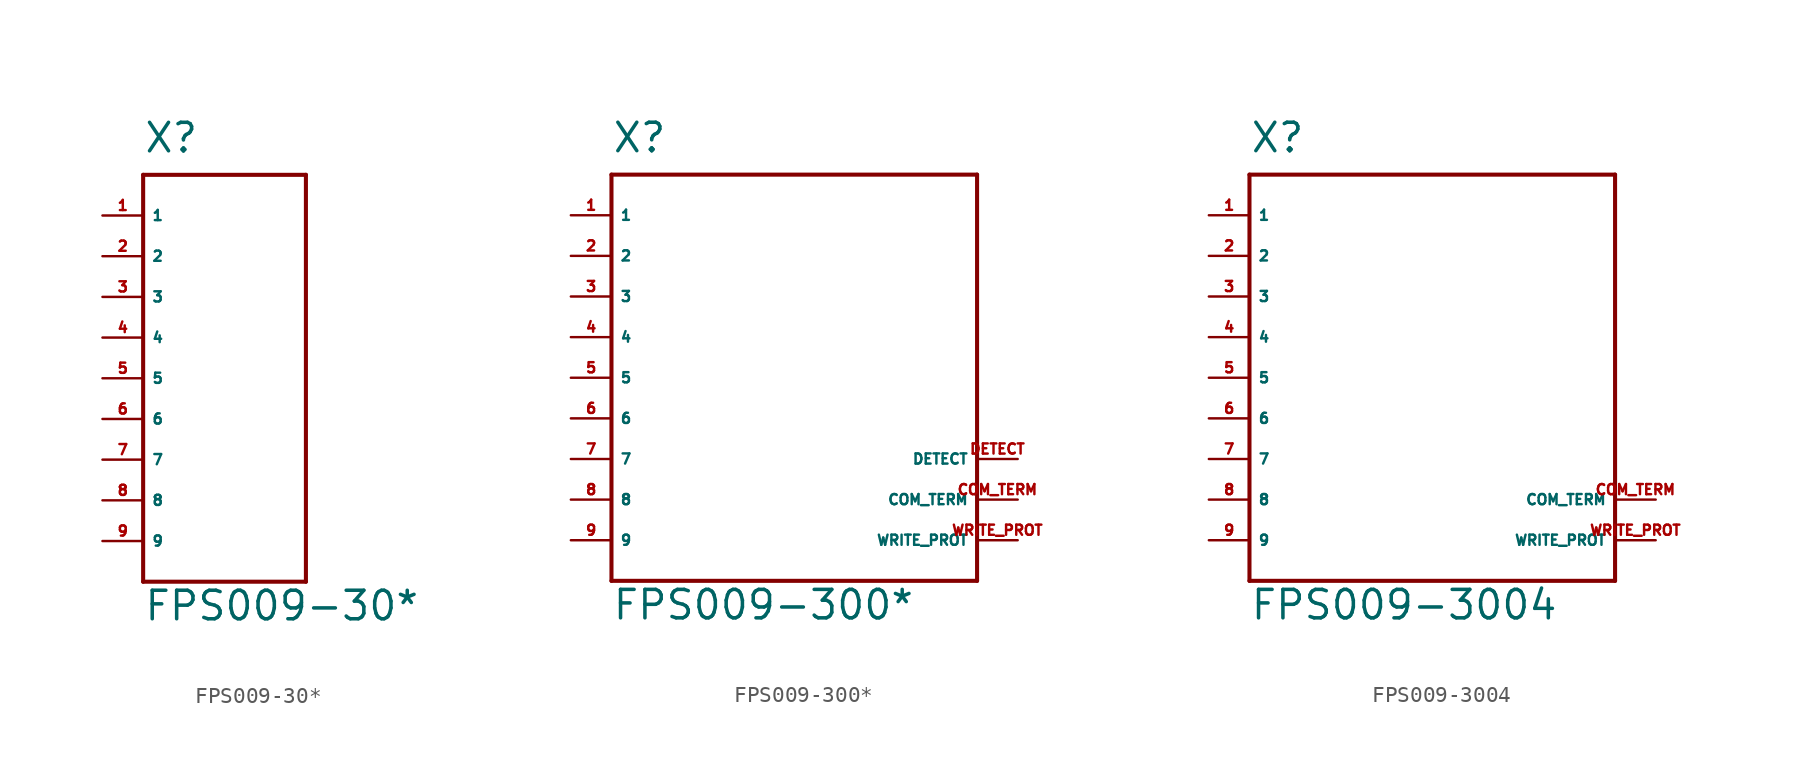
<source format=kicad_sym>
(kicad_symbol_lib
  (version 20220914)
  (generator Eagle2Kicad)
  (symbol "FPS009-30*"
    (property "Reference" "X"
      (at -5.08 13.97 0)
      (effects (font (size 1.778 1.778) (thickness 0.22)) (justify left bottom)))
    (property "Value" "FPS009-30*"
      (at -5.08 -15.24 0)
      (effects (font (size 1.778 1.778) (thickness 0.22)) (justify left bottom)))
    (polyline
      (pts (xy -5.08 12.7) (xy -5.08 -12.7))
      (stroke (width 0.254) (type default))
      (fill (type none)))
    (polyline
      (pts (xy -5.08 -12.7) (xy 5.08 -12.7))
      (stroke (width 0.254) (type default))
      (fill (type none)))
    (polyline
      (pts (xy 5.08 -12.7) (xy 5.08 12.7))
      (stroke (width 0.254) (type default))
      (fill (type none)))
    (polyline
      (pts (xy 5.08 12.7) (xy -5.08 12.7))
      (stroke (width 0.254) (type default))
      (fill (type none)))
    (pin input line
      (at -7.62 10.16 0)
      (length 2.54)
      (name "1" (effects (font (size 0.635 0.635) (thickness 0.08)) (justify left bottom)))
      (number "1" (effects (font (size 0.635 0.635) (thickness 0.08)) (justify left bottom))))
    (pin input line
      (at -7.62 7.62 0)
      (length 2.54)
      (name "2" (effects (font (size 0.635 0.635) (thickness 0.08)) (justify left bottom)))
      (number "2" (effects (font (size 0.635 0.635) (thickness 0.08)) (justify left bottom))))
    (pin input line
      (at -7.62 5.08 0)
      (length 2.54)
      (name "3" (effects (font (size 0.635 0.635) (thickness 0.08)) (justify left bottom)))
      (number "3" (effects (font (size 0.635 0.635) (thickness 0.08)) (justify left bottom))))
    (pin input line
      (at -7.62 2.54 0)
      (length 2.54)
      (name "4" (effects (font (size 0.635 0.635) (thickness 0.08)) (justify left bottom)))
      (number "4" (effects (font (size 0.635 0.635) (thickness 0.08)) (justify left bottom))))
    (pin input line
      (at -7.62 0 0)
      (length 2.54)
      (name "5" (effects (font (size 0.635 0.635) (thickness 0.08)) (justify left bottom)))
      (number "5" (effects (font (size 0.635 0.635) (thickness 0.08)) (justify left bottom))))
    (pin input line
      (at -7.62 -2.54 0)
      (length 2.54)
      (name "6" (effects (font (size 0.635 0.635) (thickness 0.08)) (justify left bottom)))
      (number "6" (effects (font (size 0.635 0.635) (thickness 0.08)) (justify left bottom))))
    (pin input line
      (at -7.62 -5.08 0)
      (length 2.54)
      (name "7" (effects (font (size 0.635 0.635) (thickness 0.08)) (justify left bottom)))
      (number "7" (effects (font (size 0.635 0.635) (thickness 0.08)) (justify left bottom))))
    (pin input line
      (at -7.62 -7.62 0)
      (length 2.54)
      (name "8" (effects (font (size 0.635 0.635) (thickness 0.08)) (justify left bottom)))
      (number "8" (effects (font (size 0.635 0.635) (thickness 0.08)) (justify left bottom))))
    (pin input line
      (at -7.62 -10.16 0)
      (length 2.54)
      (name "9" (effects (font (size 0.635 0.635) (thickness 0.08)) (justify left bottom)))
      (number "9" (effects (font (size 0.635 0.635) (thickness 0.08)) (justify left bottom)))))
  (symbol "FPS009-300*"
    (property "Reference" "X"
      (at -12.7 13.97 0)
      (effects (font (size 1.778 1.778) (thickness 0.22)) (justify left bottom)))
    (property "Value" "FPS009-300*"
      (at -12.7 -15.24 0)
      (effects (font (size 1.778 1.778) (thickness 0.22)) (justify left bottom)))
    (polyline
      (pts (xy -12.7 12.7) (xy -12.7 -12.7))
      (stroke (width 0.254) (type default))
      (fill (type none)))
    (polyline
      (pts (xy -12.7 -12.7) (xy 10.16 -12.7))
      (stroke (width 0.254) (type default))
      (fill (type none)))
    (polyline
      (pts (xy 10.16 -12.7) (xy 10.16 12.7))
      (stroke (width 0.254) (type default))
      (fill (type none)))
    (polyline
      (pts (xy 10.16 12.7) (xy -12.7 12.7))
      (stroke (width 0.254) (type default))
      (fill (type none)))
    (pin input line
      (at -15.24 10.16 0)
      (length 2.54)
      (name "1" (effects (font (size 0.635 0.635) (thickness 0.08)) (justify left bottom)))
      (number "1" (effects (font (size 0.635 0.635) (thickness 0.08)) (justify left bottom))))
    (pin input line
      (at -15.24 7.62 0)
      (length 2.54)
      (name "2" (effects (font (size 0.635 0.635) (thickness 0.08)) (justify left bottom)))
      (number "2" (effects (font (size 0.635 0.635) (thickness 0.08)) (justify left bottom))))
    (pin input line
      (at -15.24 5.08 0)
      (length 2.54)
      (name "3" (effects (font (size 0.635 0.635) (thickness 0.08)) (justify left bottom)))
      (number "3" (effects (font (size 0.635 0.635) (thickness 0.08)) (justify left bottom))))
    (pin input line
      (at -15.24 2.54 0)
      (length 2.54)
      (name "4" (effects (font (size 0.635 0.635) (thickness 0.08)) (justify left bottom)))
      (number "4" (effects (font (size 0.635 0.635) (thickness 0.08)) (justify left bottom))))
    (pin input line
      (at -15.24 0 0)
      (length 2.54)
      (name "5" (effects (font (size 0.635 0.635) (thickness 0.08)) (justify left bottom)))
      (number "5" (effects (font (size 0.635 0.635) (thickness 0.08)) (justify left bottom))))
    (pin input line
      (at -15.24 -2.54 0)
      (length 2.54)
      (name "6" (effects (font (size 0.635 0.635) (thickness 0.08)) (justify left bottom)))
      (number "6" (effects (font (size 0.635 0.635) (thickness 0.08)) (justify left bottom))))
    (pin input line
      (at -15.24 -5.08 0)
      (length 2.54)
      (name "7" (effects (font (size 0.635 0.635) (thickness 0.08)) (justify left bottom)))
      (number "7" (effects (font (size 0.635 0.635) (thickness 0.08)) (justify left bottom))))
    (pin input line
      (at -15.24 -7.62 0)
      (length 2.54)
      (name "8" (effects (font (size 0.635 0.635) (thickness 0.08)) (justify left bottom)))
      (number "8" (effects (font (size 0.635 0.635) (thickness 0.08)) (justify left bottom))))
    (pin input line
      (at -15.24 -10.16 0)
      (length 2.54)
      (name "9" (effects (font (size 0.635 0.635) (thickness 0.08)) (justify left bottom)))
      (number "9" (effects (font (size 0.635 0.635) (thickness 0.08)) (justify left bottom))))
    (pin input line
      (at 12.7 -5.08 180)
      (length 2.54)
      (name "DETECT" (effects (font (size 0.635 0.635) (thickness 0.08)) (justify left bottom)))
      (number "DETECT" (effects (font (size 0.635 0.635) (thickness 0.08)) (justify left bottom))))
    (pin input line
      (at 12.7 -7.62 180)
      (length 2.54)
      (name "COM_TERM" (effects (font (size 0.635 0.635) (thickness 0.08)) (justify left bottom)))
      (number "COM_TERM" (effects (font (size 0.635 0.635) (thickness 0.08)) (justify left bottom))))
    (pin input line
      (at 12.7 -10.16 180)
      (length 2.54)
      (name "WRITE_PROT" (effects (font (size 0.635 0.635) (thickness 0.08)) (justify left bottom)))
      (number "WRITE_PROT" (effects (font (size 0.635 0.635) (thickness 0.08)) (justify left bottom)))))
  (symbol "FPS009-3004"
    (property "Reference" "X"
      (at -12.7 13.97 0)
      (effects (font (size 1.778 1.778) (thickness 0.22)) (justify left bottom)))
    (property "Value" "FPS009-3004"
      (at -12.7 -15.24 0)
      (effects (font (size 1.778 1.778) (thickness 0.22)) (justify left bottom)))
    (polyline
      (pts (xy -12.7 -12.7) (xy 10.16 -12.7))
      (stroke (width 0.254) (type default))
      (fill (type none)))
    (polyline
      (pts (xy 10.16 -12.7) (xy 10.16 12.7))
      (stroke (width 0.254) (type default))
      (fill (type none)))
    (polyline
      (pts (xy 10.16 12.7) (xy -12.7 12.7))
      (stroke (width 0.254) (type default))
      (fill (type none)))
    (polyline
      (pts (xy -12.7 12.7) (xy -12.7 -12.7))
      (stroke (width 0.254) (type default))
      (fill (type none)))
    (pin input line
      (at 12.7 -7.62 180)
      (length 2.54)
      (name "COM_TERM" (effects (font (size 0.635 0.635) (thickness 0.08)) (justify left bottom)))
      (number "COM_TERM" (effects (font (size 0.635 0.635) (thickness 0.08)) (justify left bottom))))
    (pin input line
      (at 12.7 -10.16 180)
      (length 2.54)
      (name "WRITE_PROT" (effects (font (size 0.635 0.635) (thickness 0.08)) (justify left bottom)))
      (number "WRITE_PROT" (effects (font (size 0.635 0.635) (thickness 0.08)) (justify left bottom))))
    (pin input line
      (at -15.24 10.16 0)
      (length 2.54)
      (name "1" (effects (font (size 0.635 0.635) (thickness 0.08)) (justify left bottom)))
      (number "1" (effects (font (size 0.635 0.635) (thickness 0.08)) (justify left bottom))))
    (pin input line
      (at -15.24 7.62 0)
      (length 2.54)
      (name "2" (effects (font (size 0.635 0.635) (thickness 0.08)) (justify left bottom)))
      (number "2" (effects (font (size 0.635 0.635) (thickness 0.08)) (justify left bottom))))
    (pin input line
      (at -15.24 5.08 0)
      (length 2.54)
      (name "3" (effects (font (size 0.635 0.635) (thickness 0.08)) (justify left bottom)))
      (number "3" (effects (font (size 0.635 0.635) (thickness 0.08)) (justify left bottom))))
    (pin input line
      (at -15.24 2.54 0)
      (length 2.54)
      (name "4" (effects (font (size 0.635 0.635) (thickness 0.08)) (justify left bottom)))
      (number "4" (effects (font (size 0.635 0.635) (thickness 0.08)) (justify left bottom))))
    (pin input line
      (at -15.24 0 0)
      (length 2.54)
      (name "5" (effects (font (size 0.635 0.635) (thickness 0.08)) (justify left bottom)))
      (number "5" (effects (font (size 0.635 0.635) (thickness 0.08)) (justify left bottom))))
    (pin input line
      (at -15.24 -2.54 0)
      (length 2.54)
      (name "6" (effects (font (size 0.635 0.635) (thickness 0.08)) (justify left bottom)))
      (number "6" (effects (font (size 0.635 0.635) (thickness 0.08)) (justify left bottom))))
    (pin input line
      (at -15.24 -5.08 0)
      (length 2.54)
      (name "7" (effects (font (size 0.635 0.635) (thickness 0.08)) (justify left bottom)))
      (number "7" (effects (font (size 0.635 0.635) (thickness 0.08)) (justify left bottom))))
    (pin input line
      (at -15.24 -7.62 0)
      (length 2.54)
      (name "8" (effects (font (size 0.635 0.635) (thickness 0.08)) (justify left bottom)))
      (number "8" (effects (font (size 0.635 0.635) (thickness 0.08)) (justify left bottom))))
    (pin input line
      (at -15.24 -10.16 0)
      (length 2.54)
      (name "9" (effects (font (size 0.635 0.635) (thickness 0.08)) (justify left bottom)))
      (number "9" (effects (font (size 0.635 0.635) (thickness 0.08)) (justify left bottom))))))
</source>
